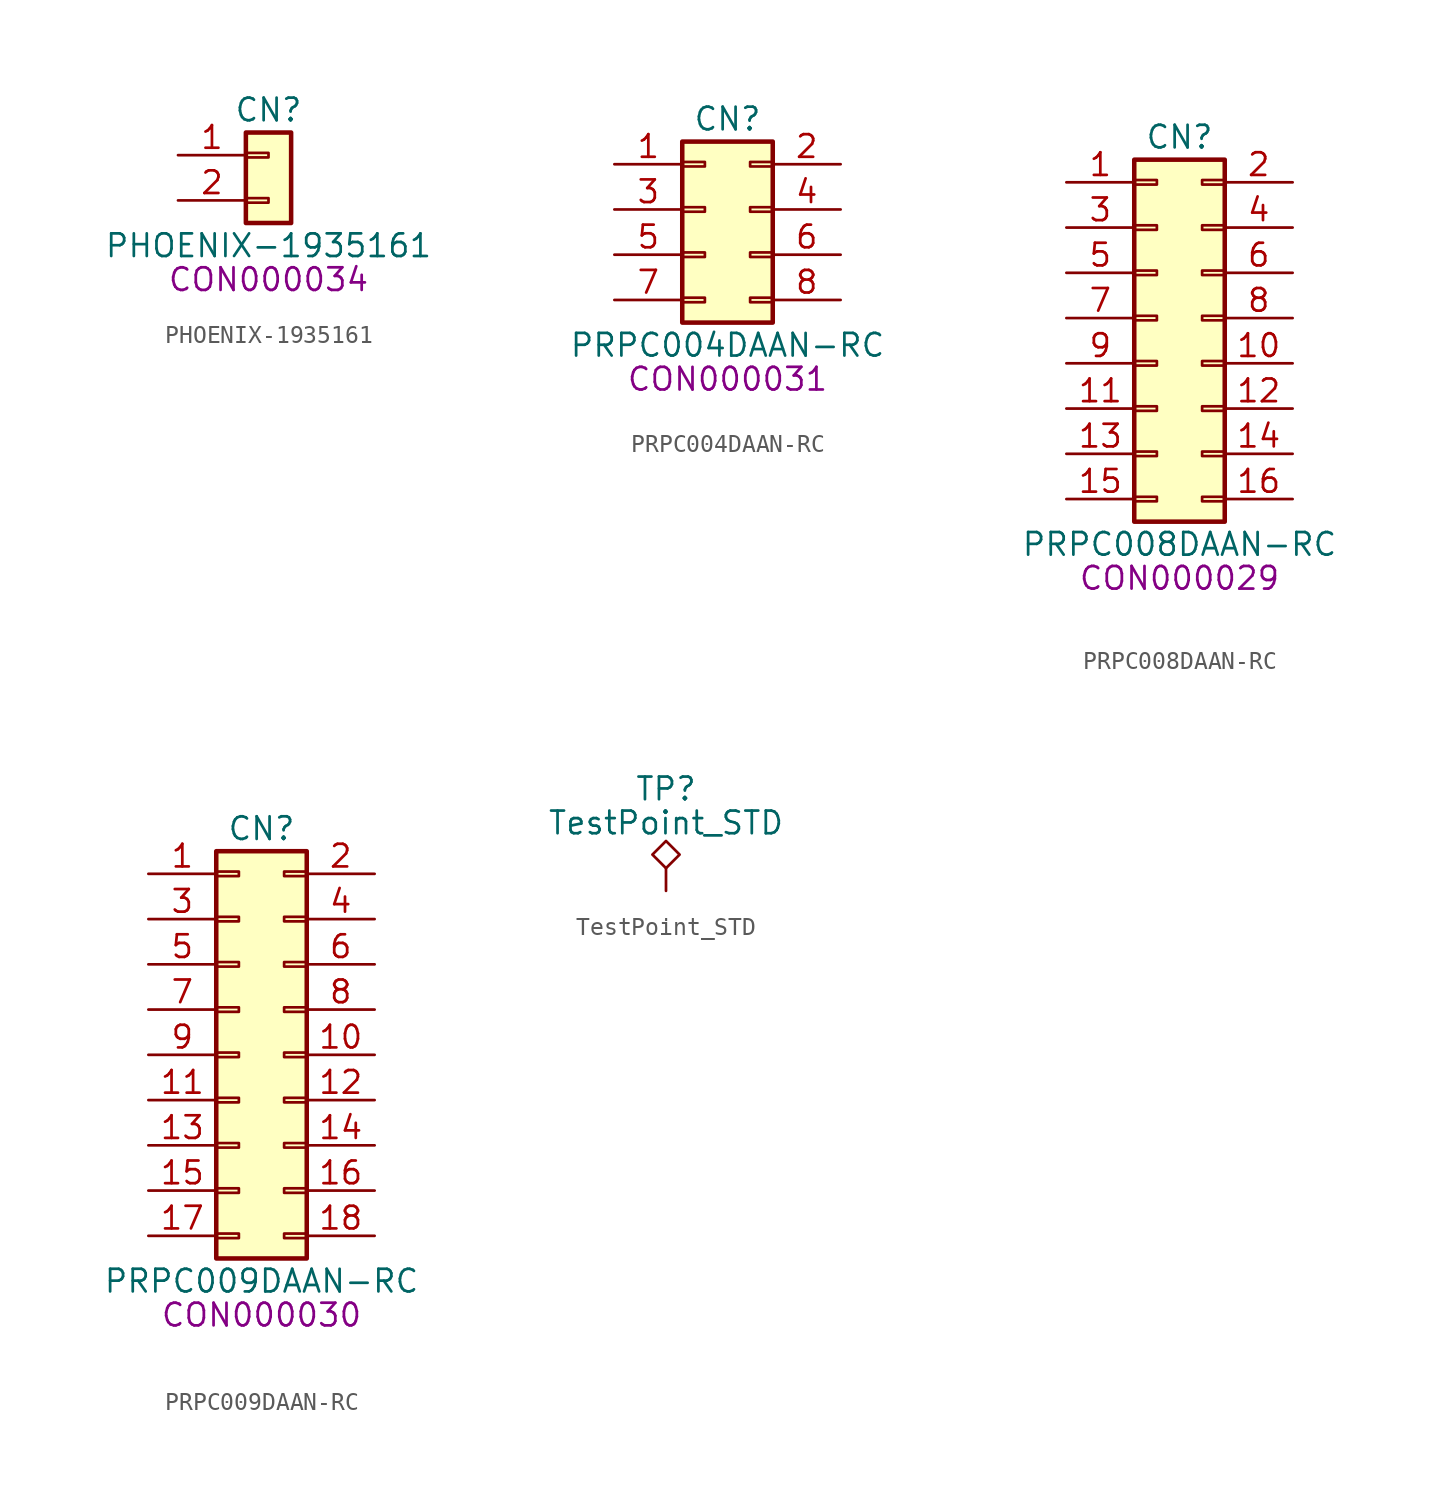
<source format=kicad_sym>
(kicad_symbol_lib
  (version 20201005)
  (generator kicad_symbol_editor)
  (symbol "berndoj_connector:PHOENIX-1935161"
    (pin_names
      (offset 1.016) hide)
    (property "Reference" "CN"
      (at 0 1.27 0)
      (effects (font (size 1.27 1.27))))
    (property "Value" "PHOENIX-1935161"
      (at 0 -6.35 0)
      (effects (font (size 1.27 1.27))))
    (property "IPN" "CON000034"
      (at 0 -8.255 0)
      (effects (font (size 1.27 1.27))))
    (symbol "PHOENIX-1935161_1_1"
      (rectangle (start -1.27 -3.683) (end 0 -3.937) (stroke (width 0.152)) (fill (type none)))
      (rectangle (start -1.27 -1.143) (end 0 -1.397) (stroke (width 0.152)) (fill (type none)))
      (rectangle (start -1.27 0) (end 1.27 -5.08) (stroke (width 0.254)) (fill (type background)))
      (pin passive line (at -5.08 -1.27 0) (length 3.81) (name "Pin_1" (effects (font (size 1.27 1.27)))) (number "1" (effects (font (size 1.27 1.27)))))
      (pin passive line (at -5.08 -3.81 0) (length 3.81) (name "Pin_2" (effects (font (size 1.27 1.27)))) (number "2" (effects (font (size 1.27 1.27)))))))
  (symbol "berndoj_connector:PRPC004DAAN-RC"
    (pin_names
      (offset 1.016) hide)
    (property "Reference" "CN"
      (at 0 1.27 0)
      (effects (font (size 1.27 1.27))))
    (property "Value" "PRPC004DAAN-RC"
      (at 0 -11.43 0)
      (effects (font (size 1.27 1.27))))
    (property "IPN" "CON000031"
      (at 0 -13.335 0)
      (effects (font (size 1.27 1.27))))
    (symbol "PRPC004DAAN-RC_1_1"
      (rectangle (start -2.54 -8.763) (end -1.27 -9.017) (stroke (width 0.152)) (fill (type none)))
      (rectangle (start -2.54 -6.223) (end -1.27 -6.477) (stroke (width 0.152)) (fill (type none)))
      (rectangle (start -2.54 -3.683) (end -1.27 -3.937) (stroke (width 0.152)) (fill (type none)))
      (rectangle (start -2.54 -1.143) (end -1.27 -1.397) (stroke (width 0.152)) (fill (type none)))
      (rectangle (start -2.54 0) (end 2.54 -10.16) (stroke (width 0.254)) (fill (type background)))
      (rectangle (start 2.54 -8.763) (end 1.27 -9.017) (stroke (width 0.152)) (fill (type none)))
      (rectangle (start 2.54 -6.223) (end 1.27 -6.477) (stroke (width 0.152)) (fill (type none)))
      (rectangle (start 2.54 -3.683) (end 1.27 -3.937) (stroke (width 0.152)) (fill (type none)))
      (rectangle (start 2.54 -1.143) (end 1.27 -1.397) (stroke (width 0.152)) (fill (type none)))
      (pin passive line (at -6.35 -1.27 0) (length 3.81) (name "Pin_1" (effects (font (size 1.27 1.27)))) (number "1" (effects (font (size 1.27 1.27)))))
      (pin passive line (at 6.35 -1.27 180) (length 3.81) (name "Pin_2" (effects (font (size 1.27 1.27)))) (number "2" (effects (font (size 1.27 1.27)))))
      (pin passive line (at -6.35 -3.81 0) (length 3.81) (name "Pin_3" (effects (font (size 1.27 1.27)))) (number "3" (effects (font (size 1.27 1.27)))))
      (pin passive line (at 6.35 -3.81 180) (length 3.81) (name "Pin_4" (effects (font (size 1.27 1.27)))) (number "4" (effects (font (size 1.27 1.27)))))
      (pin passive line (at -6.35 -6.35 0) (length 3.81) (name "Pin_5" (effects (font (size 1.27 1.27)))) (number "5" (effects (font (size 1.27 1.27)))))
      (pin passive line (at 6.35 -6.35 180) (length 3.81) (name "Pin_6" (effects (font (size 1.27 1.27)))) (number "6" (effects (font (size 1.27 1.27)))))
      (pin passive line (at -6.35 -8.89 0) (length 3.81) (name "Pin_7" (effects (font (size 1.27 1.27)))) (number "7" (effects (font (size 1.27 1.27)))))
      (pin passive line (at 6.35 -8.89 180) (length 3.81) (name "Pin_8" (effects (font (size 1.27 1.27)))) (number "8" (effects (font (size 1.27 1.27)))))))
  (symbol "berndoj_connector:PRPC008DAAN-RC"
    (pin_names
      (offset 1.016) hide)
    (property "Reference" "CN"
      (at 0 1.27 0)
      (effects (font (size 1.27 1.27))))
    (property "Value" "PRPC008DAAN-RC"
      (at 0 -21.59 0)
      (effects (font (size 1.27 1.27))))
    (property "IPN" "CON000029"
      (at 0 -23.495 0)
      (effects (font (size 1.27 1.27))))
    (symbol "PRPC008DAAN-RC_1_1"
      (rectangle (start -2.54 -18.923) (end -1.27 -19.177) (stroke (width 0.152)) (fill (type none)))
      (rectangle (start -2.54 -16.383) (end -1.27 -16.637) (stroke (width 0.152)) (fill (type none)))
      (rectangle (start -2.54 -13.843) (end -1.27 -14.097) (stroke (width 0.152)) (fill (type none)))
      (rectangle (start -2.54 -11.303) (end -1.27 -11.557) (stroke (width 0.152)) (fill (type none)))
      (rectangle (start -2.54 -8.763) (end -1.27 -9.017) (stroke (width 0.152)) (fill (type none)))
      (rectangle (start -2.54 -6.223) (end -1.27 -6.477) (stroke (width 0.152)) (fill (type none)))
      (rectangle (start -2.54 -3.683) (end -1.27 -3.937) (stroke (width 0.152)) (fill (type none)))
      (rectangle (start -2.54 -1.143) (end -1.27 -1.397) (stroke (width 0.152)) (fill (type none)))
      (rectangle (start -2.54 0) (end 2.54 -20.32) (stroke (width 0.254)) (fill (type background)))
      (rectangle (start 2.54 -18.923) (end 1.27 -19.177) (stroke (width 0.152)) (fill (type none)))
      (rectangle (start 2.54 -16.383) (end 1.27 -16.637) (stroke (width 0.152)) (fill (type none)))
      (rectangle (start 2.54 -13.843) (end 1.27 -14.097) (stroke (width 0.152)) (fill (type none)))
      (rectangle (start 2.54 -11.303) (end 1.27 -11.557) (stroke (width 0.152)) (fill (type none)))
      (rectangle (start 2.54 -8.763) (end 1.27 -9.017) (stroke (width 0.152)) (fill (type none)))
      (rectangle (start 2.54 -6.223) (end 1.27 -6.477) (stroke (width 0.152)) (fill (type none)))
      (rectangle (start 2.54 -3.683) (end 1.27 -3.937) (stroke (width 0.152)) (fill (type none)))
      (rectangle (start 2.54 -1.143) (end 1.27 -1.397) (stroke (width 0.152)) (fill (type none)))
      (pin passive line (at -6.35 -1.27 0) (length 3.81) (name "Pin_1" (effects (font (size 1.27 1.27)))) (number "1" (effects (font (size 1.27 1.27)))))
      (pin passive line (at 6.35 -11.43 180) (length 3.81) (name "Pin_10" (effects (font (size 1.27 1.27)))) (number "10" (effects (font (size 1.27 1.27)))))
      (pin passive line (at -6.35 -13.97 0) (length 3.81) (name "Pin_11" (effects (font (size 1.27 1.27)))) (number "11" (effects (font (size 1.27 1.27)))))
      (pin passive line (at 6.35 -13.97 180) (length 3.81) (name "Pin_12" (effects (font (size 1.27 1.27)))) (number "12" (effects (font (size 1.27 1.27)))))
      (pin passive line (at -6.35 -16.51 0) (length 3.81) (name "Pin_13" (effects (font (size 1.27 1.27)))) (number "13" (effects (font (size 1.27 1.27)))))
      (pin passive line (at 6.35 -16.51 180) (length 3.81) (name "Pin_14" (effects (font (size 1.27 1.27)))) (number "14" (effects (font (size 1.27 1.27)))))
      (pin passive line (at -6.35 -19.05 0) (length 3.81) (name "Pin_15" (effects (font (size 1.27 1.27)))) (number "15" (effects (font (size 1.27 1.27)))))
      (pin passive line (at 6.35 -19.05 180) (length 3.81) (name "Pin_16" (effects (font (size 1.27 1.27)))) (number "16" (effects (font (size 1.27 1.27)))))
      (pin passive line (at 6.35 -1.27 180) (length 3.81) (name "Pin_2" (effects (font (size 1.27 1.27)))) (number "2" (effects (font (size 1.27 1.27)))))
      (pin passive line (at -6.35 -3.81 0) (length 3.81) (name "Pin_3" (effects (font (size 1.27 1.27)))) (number "3" (effects (font (size 1.27 1.27)))))
      (pin passive line (at 6.35 -3.81 180) (length 3.81) (name "Pin_4" (effects (font (size 1.27 1.27)))) (number "4" (effects (font (size 1.27 1.27)))))
      (pin passive line (at -6.35 -6.35 0) (length 3.81) (name "Pin_5" (effects (font (size 1.27 1.27)))) (number "5" (effects (font (size 1.27 1.27)))))
      (pin passive line (at 6.35 -6.35 180) (length 3.81) (name "Pin_6" (effects (font (size 1.27 1.27)))) (number "6" (effects (font (size 1.27 1.27)))))
      (pin passive line (at -6.35 -8.89 0) (length 3.81) (name "Pin_7" (effects (font (size 1.27 1.27)))) (number "7" (effects (font (size 1.27 1.27)))))
      (pin passive line (at 6.35 -8.89 180) (length 3.81) (name "Pin_8" (effects (font (size 1.27 1.27)))) (number "8" (effects (font (size 1.27 1.27)))))
      (pin passive line (at -6.35 -11.43 0) (length 3.81) (name "Pin_9" (effects (font (size 1.27 1.27)))) (number "9" (effects (font (size 1.27 1.27)))))))
  (symbol "berndoj_connector:PRPC009DAAN-RC"
    (pin_names
      (offset 1.016) hide)
    (property "Reference" "CN"
      (at 0 1.27 0)
      (effects (font (size 1.27 1.27))))
    (property "Value" "PRPC009DAAN-RC"
      (at 0 -24.13 0)
      (effects (font (size 1.27 1.27))))
    (property "IPN" "CON000030"
      (at 0 -26.035 0)
      (effects (font (size 1.27 1.27))))
    (symbol "PRPC009DAAN-RC_1_1"
      (rectangle (start -2.54 -21.463) (end -1.27 -21.717) (stroke (width 0.152)) (fill (type none)))
      (rectangle (start -2.54 -18.923) (end -1.27 -19.177) (stroke (width 0.152)) (fill (type none)))
      (rectangle (start -2.54 -16.383) (end -1.27 -16.637) (stroke (width 0.152)) (fill (type none)))
      (rectangle (start -2.54 -13.843) (end -1.27 -14.097) (stroke (width 0.152)) (fill (type none)))
      (rectangle (start -2.54 -11.303) (end -1.27 -11.557) (stroke (width 0.152)) (fill (type none)))
      (rectangle (start -2.54 -8.763) (end -1.27 -9.017) (stroke (width 0.152)) (fill (type none)))
      (rectangle (start -2.54 -6.223) (end -1.27 -6.477) (stroke (width 0.152)) (fill (type none)))
      (rectangle (start -2.54 -3.683) (end -1.27 -3.937) (stroke (width 0.152)) (fill (type none)))
      (rectangle (start -2.54 -1.143) (end -1.27 -1.397) (stroke (width 0.152)) (fill (type none)))
      (rectangle (start -2.54 0) (end 2.54 -22.86) (stroke (width 0.254)) (fill (type background)))
      (rectangle (start 2.54 -21.463) (end 1.27 -21.717) (stroke (width 0.152)) (fill (type none)))
      (rectangle (start 2.54 -18.923) (end 1.27 -19.177) (stroke (width 0.152)) (fill (type none)))
      (rectangle (start 2.54 -16.383) (end 1.27 -16.637) (stroke (width 0.152)) (fill (type none)))
      (rectangle (start 2.54 -13.843) (end 1.27 -14.097) (stroke (width 0.152)) (fill (type none)))
      (rectangle (start 2.54 -11.303) (end 1.27 -11.557) (stroke (width 0.152)) (fill (type none)))
      (rectangle (start 2.54 -8.763) (end 1.27 -9.017) (stroke (width 0.152)) (fill (type none)))
      (rectangle (start 2.54 -6.223) (end 1.27 -6.477) (stroke (width 0.152)) (fill (type none)))
      (rectangle (start 2.54 -3.683) (end 1.27 -3.937) (stroke (width 0.152)) (fill (type none)))
      (rectangle (start 2.54 -1.143) (end 1.27 -1.397) (stroke (width 0.152)) (fill (type none)))
      (pin passive line (at -6.35 -1.27 0) (length 3.81) (name "Pin_1" (effects (font (size 1.27 1.27)))) (number "1" (effects (font (size 1.27 1.27)))))
      (pin passive line (at 6.35 -11.43 180) (length 3.81) (name "Pin_10" (effects (font (size 1.27 1.27)))) (number "10" (effects (font (size 1.27 1.27)))))
      (pin passive line (at -6.35 -13.97 0) (length 3.81) (name "Pin_11" (effects (font (size 1.27 1.27)))) (number "11" (effects (font (size 1.27 1.27)))))
      (pin passive line (at 6.35 -13.97 180) (length 3.81) (name "Pin_12" (effects (font (size 1.27 1.27)))) (number "12" (effects (font (size 1.27 1.27)))))
      (pin passive line (at -6.35 -16.51 0) (length 3.81) (name "Pin_13" (effects (font (size 1.27 1.27)))) (number "13" (effects (font (size 1.27 1.27)))))
      (pin passive line (at 6.35 -16.51 180) (length 3.81) (name "Pin_14" (effects (font (size 1.27 1.27)))) (number "14" (effects (font (size 1.27 1.27)))))
      (pin passive line (at -6.35 -19.05 0) (length 3.81) (name "Pin_15" (effects (font (size 1.27 1.27)))) (number "15" (effects (font (size 1.27 1.27)))))
      (pin passive line (at 6.35 -19.05 180) (length 3.81) (name "Pin_16" (effects (font (size 1.27 1.27)))) (number "16" (effects (font (size 1.27 1.27)))))
      (pin passive line (at -6.35 -21.59 0) (length 3.81) (name "Pin_17" (effects (font (size 1.27 1.27)))) (number "17" (effects (font (size 1.27 1.27)))))
      (pin passive line (at 6.35 -21.59 180) (length 3.81) (name "Pin_18" (effects (font (size 1.27 1.27)))) (number "18" (effects (font (size 1.27 1.27)))))
      (pin passive line (at 6.35 -1.27 180) (length 3.81) (name "Pin_2" (effects (font (size 1.27 1.27)))) (number "2" (effects (font (size 1.27 1.27)))))
      (pin passive line (at -6.35 -3.81 0) (length 3.81) (name "Pin_3" (effects (font (size 1.27 1.27)))) (number "3" (effects (font (size 1.27 1.27)))))
      (pin passive line (at 6.35 -3.81 180) (length 3.81) (name "Pin_4" (effects (font (size 1.27 1.27)))) (number "4" (effects (font (size 1.27 1.27)))))
      (pin passive line (at -6.35 -6.35 0) (length 3.81) (name "Pin_5" (effects (font (size 1.27 1.27)))) (number "5" (effects (font (size 1.27 1.27)))))
      (pin passive line (at 6.35 -6.35 180) (length 3.81) (name "Pin_6" (effects (font (size 1.27 1.27)))) (number "6" (effects (font (size 1.27 1.27)))))
      (pin passive line (at -6.35 -8.89 0) (length 3.81) (name "Pin_7" (effects (font (size 1.27 1.27)))) (number "7" (effects (font (size 1.27 1.27)))))
      (pin passive line (at 6.35 -8.89 180) (length 3.81) (name "Pin_8" (effects (font (size 1.27 1.27)))) (number "8" (effects (font (size 1.27 1.27)))))
      (pin passive line (at -6.35 -11.43 0) (length 3.81) (name "Pin_9" (effects (font (size 1.27 1.27)))) (number "9" (effects (font (size 1.27 1.27)))))))
  (symbol "berndoj_connector:TestPoint_STD"
    (pin_numbers hide)
    (pin_names
      (offset 1.016) hide)
    (property "Reference" "TP"
      (at 0 5.715 0)
      (effects (font (size 1.27 1.27))))
    (property "Value" "TestPoint_STD"
      (at 0 3.81 0)
      (effects (font (size 1.27 1.27))))
    (symbol "TestPoint_STD_1_1"
      (polyline (pts (xy 0 1.27) (xy -0.762 2.032) (xy 0 2.794) (xy 0.762 2.032) (xy 0 1.27)) (stroke (width 0)) (fill (type none)))
      (pin passive line (at 0 0 90) (length 1.27) (name "1" (effects (font (size 1.27 1.27)))) (number "1" (effects (font (size 1.27 1.27))))))))
</source>
